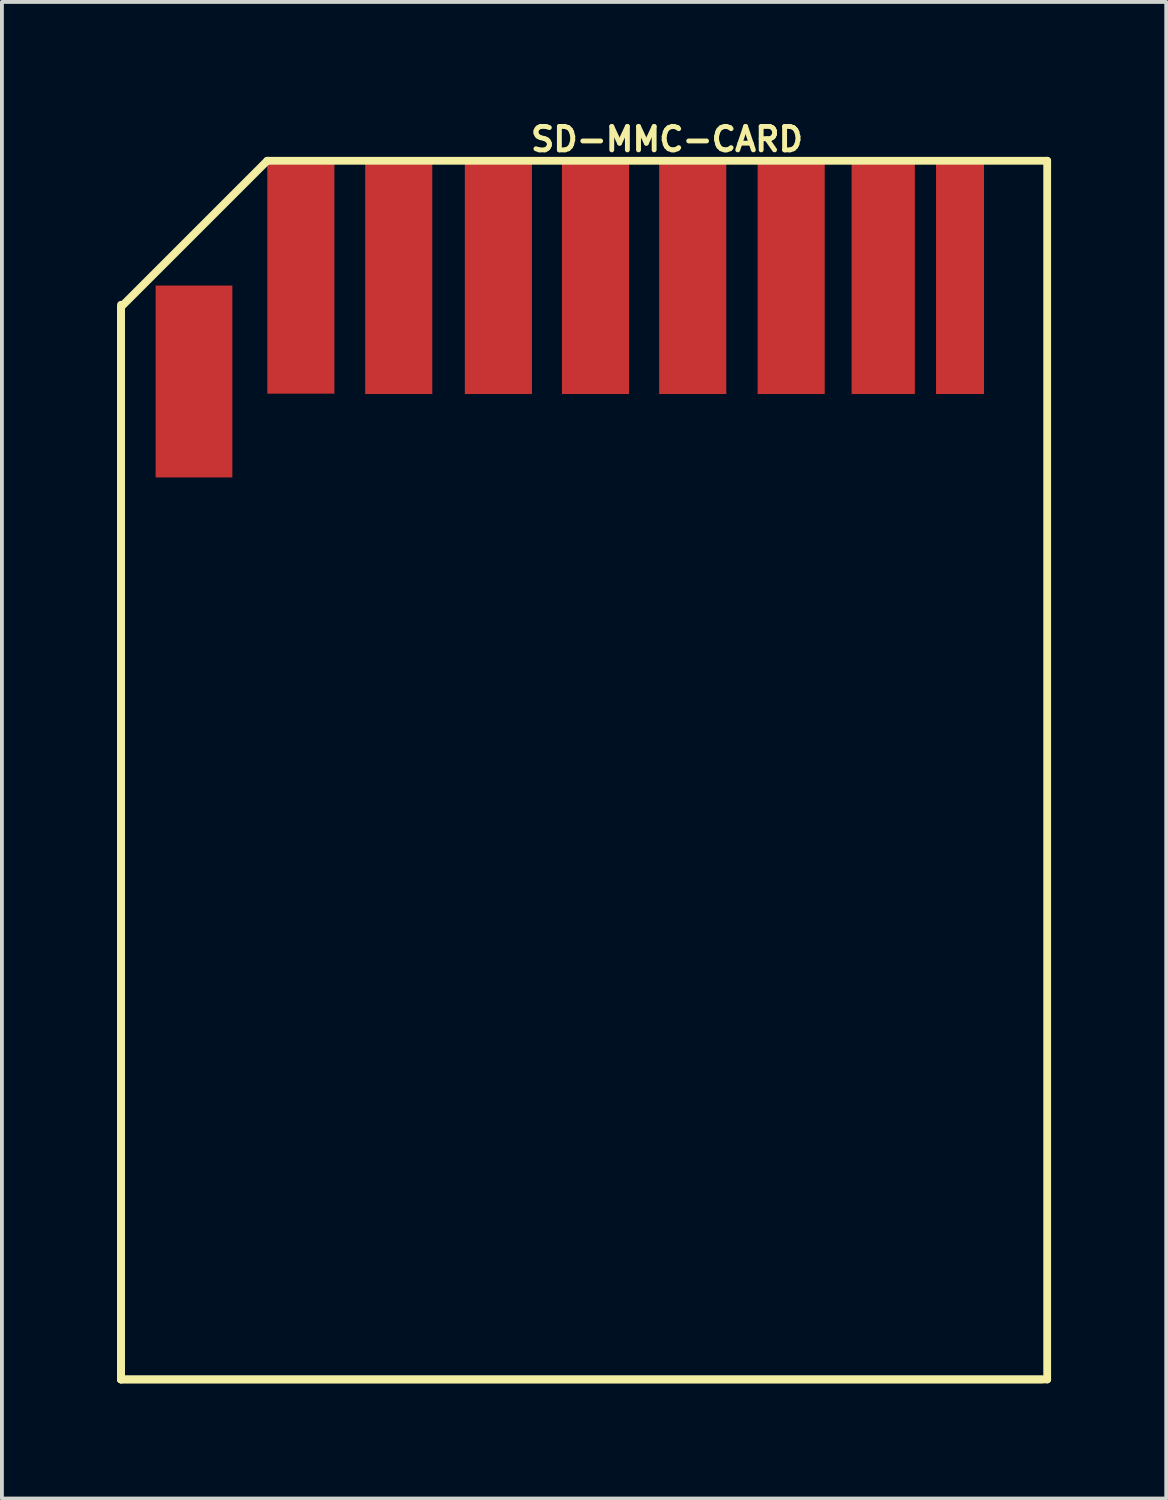
<source format=kicad_pcb>
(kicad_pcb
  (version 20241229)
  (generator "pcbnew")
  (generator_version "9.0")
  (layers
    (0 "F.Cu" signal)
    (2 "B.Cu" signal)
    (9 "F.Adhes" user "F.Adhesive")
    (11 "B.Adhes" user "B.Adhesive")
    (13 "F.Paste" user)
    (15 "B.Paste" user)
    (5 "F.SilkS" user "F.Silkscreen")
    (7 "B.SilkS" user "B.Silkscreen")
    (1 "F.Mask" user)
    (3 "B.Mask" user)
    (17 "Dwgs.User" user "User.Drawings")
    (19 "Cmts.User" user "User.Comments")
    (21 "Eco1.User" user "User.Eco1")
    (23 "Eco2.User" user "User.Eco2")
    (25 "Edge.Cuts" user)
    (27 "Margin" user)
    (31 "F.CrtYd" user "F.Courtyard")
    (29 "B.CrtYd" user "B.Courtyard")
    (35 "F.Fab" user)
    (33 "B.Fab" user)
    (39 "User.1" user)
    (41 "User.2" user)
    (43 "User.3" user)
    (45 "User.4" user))
  (footprint "SD-MMC-CARD"
    (layer "F.Cu")
    (at 12.802 18.918)
    (property "Reference" "SD-MMC-CARD" (at 1.524 -18.339 0) (layer "F.SilkS") (effects (font (size 0.61 0.61) (thickness 0.127))))
    (attr smd)
    (fp_line (start -12.7 -14.028) (end -12.7 13.97) (stroke (width 0.203) (type solid)) (layer "F.SilkS"))
    (fp_line (start -12.7 -13.97) (end -8.89 -17.78) (stroke (width 0.203) (type solid)) (layer "F.SilkS"))
    (fp_line (start -12.7 13.97) (end -12.7 -13.97) (stroke (width 0.203) (type solid)) (layer "F.SilkS"))
    (fp_line (start -12.7 13.97) (end 11.298 13.97) (stroke (width 0.203) (type solid)) (layer "F.SilkS"))
    (fp_line (start -8.89 -17.78) (end 11.43 -17.78) (stroke (width 0.203) (type solid)) (layer "F.SilkS"))
    (fp_line (start 11.43 -17.78) (end 11.43 13.97) (stroke (width 0.203) (type solid)) (layer "F.SilkS"))
    (fp_line (start 11.43 13.97) (end -12.7 13.97) (stroke (width 0.203) (type solid)) (layer "F.SilkS"))
    (pad "1" smd rect (at -8.014 -14.712 180) (size 1.748 5.999) (layers "F.Cu" "F.Mask" "F.Paste"))
    (pad "2" smd rect (at -5.464 -14.702 180) (size 1.748 5.999) (layers "F.Cu" "F.Mask" "F.Paste"))
    (pad "3" smd rect (at -2.868 -14.702 180) (size 1.748 5.999) (layers "F.Cu" "F.Mask" "F.Paste"))
    (pad "4" smd rect (at -0.338 -14.702 180) (size 1.748 5.999) (layers "F.Cu" "F.Mask" "F.Paste"))
    (pad "5" smd rect (at 2.195 -14.702 180) (size 1.748 5.999) (layers "F.Cu" "F.Mask" "F.Paste"))
    (pad "6" smd rect (at 4.76 -14.702 180) (size 1.748 5.999) (layers "F.Cu" "F.Mask" "F.Paste"))
    (pad "7" smd rect (at 7.158 -14.702 180) (size 1.648 5.999) (layers "F.Cu" "F.Mask" "F.Paste"))
    (pad "8" smd rect (at 9.159 -14.702 180) (size 1.25 5.999) (layers "F.Cu" "F.Mask" "F.Paste"))
    (pad "9" smd rect (at -10.798 -12.029 180) (size 1.999 4.999) (layers "F.Cu" "F.Mask" "F.Paste")))
  (gr_rect
    (start -3 -3)
    (end 27.333 35.99)
    (stroke (width 0.1) (type default))
    (fill no)
    (layer "Edge.Cuts")))
</source>
